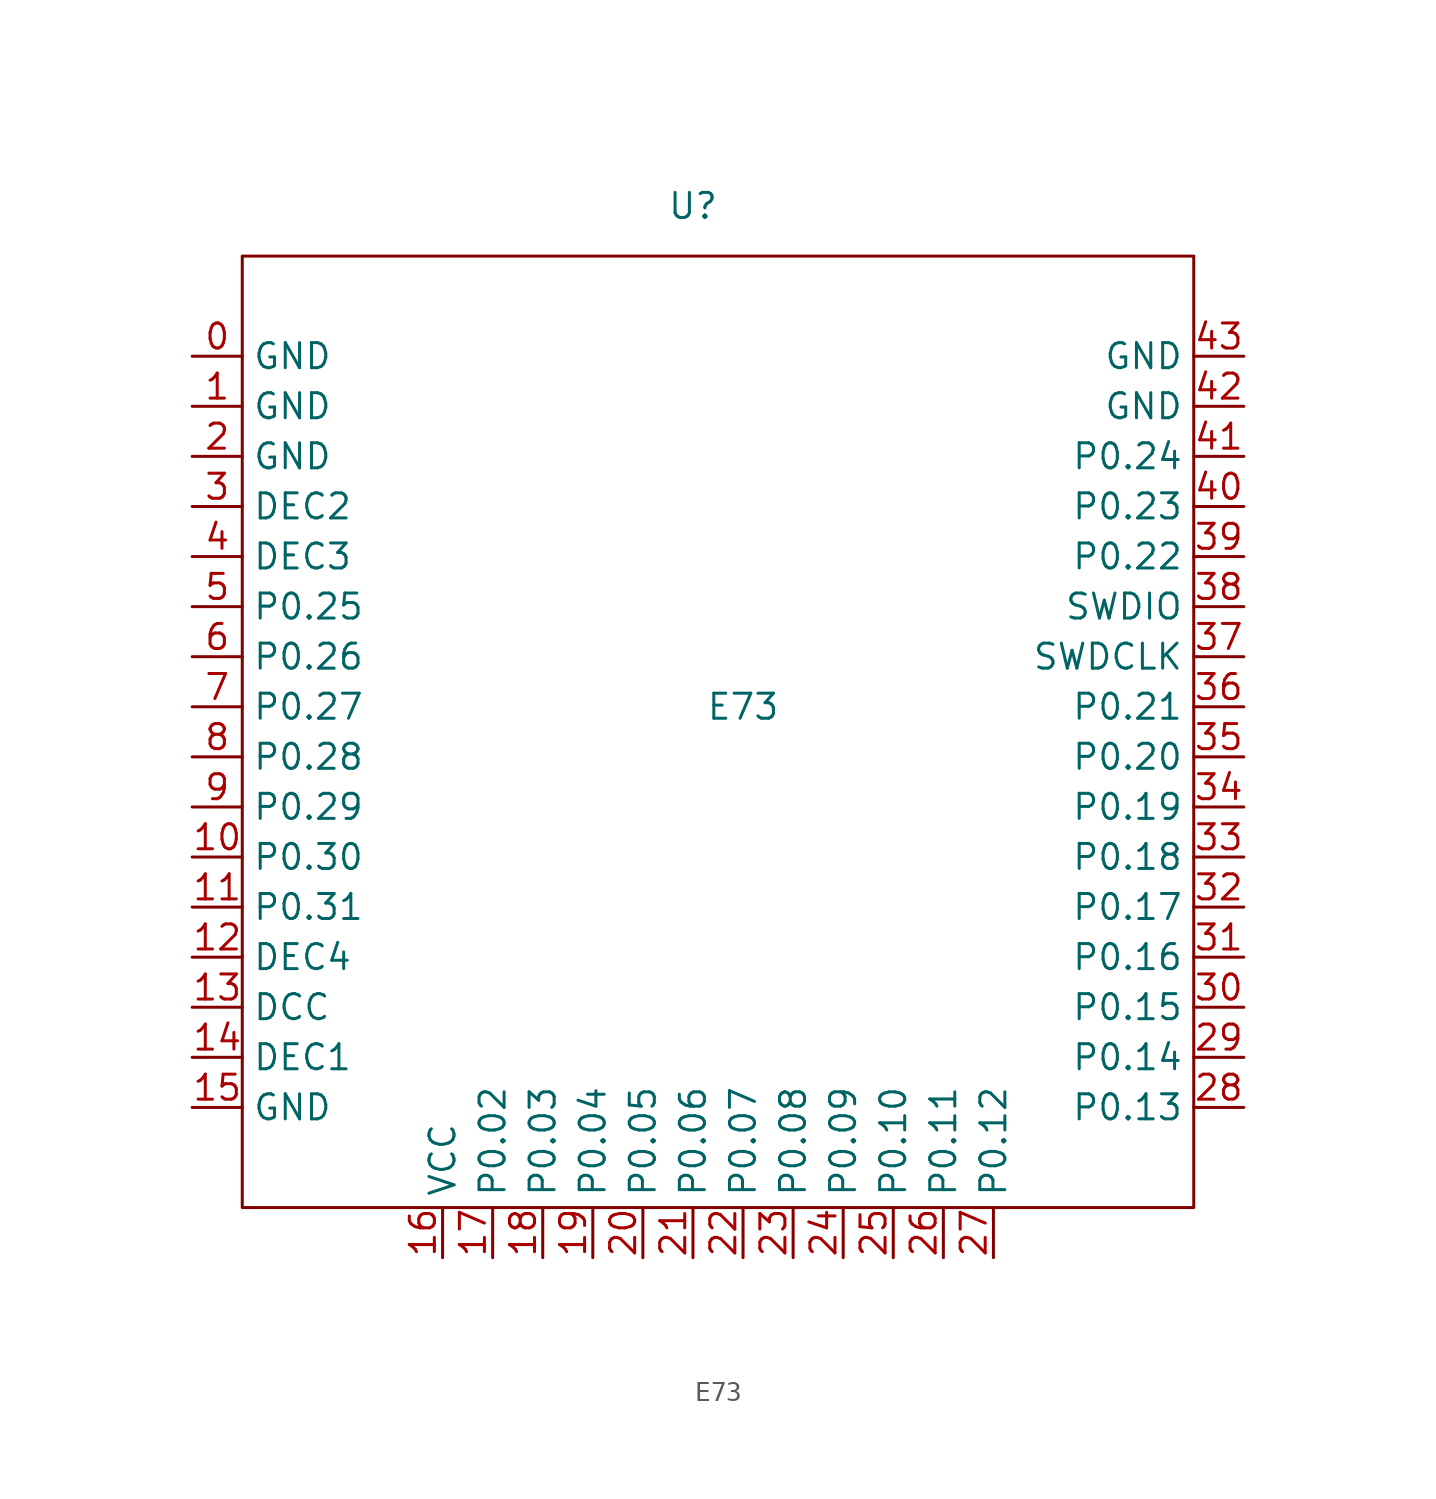
<source format=kicad_sym>
(kicad_symbol_lib
  (version 20211014)
  (generator kicad_symbol_editor)
  (symbol "E73"
    (property "Reference" "U"
      (at 30.48 0 0)
      (effects (font (size 1.27 1.27))))
    (property "Value" "E73"
      (at 33.02 -25.4 0)
      (effects (font (size 1.27 1.27))))
    (symbol "E73_0_1"
      (rectangle (start 7.62 -2.54) (end 55.88 -50.8) (stroke (width 0) (type default) (color 0 0 0 0)) (fill (type none))))
    (symbol "E73_1_1"
      (pin input line (at 5.08 -7.62 0) (length 2.54) (name "GND" (effects (font (size 1.27 1.27)))) (number "0" (effects (font (size 1.27 1.27)))))
      (pin input line (at 5.08 -10.16 0) (length 2.54) (name "GND" (effects (font (size 1.27 1.27)))) (number "1" (effects (font (size 1.27 1.27)))))
      (pin input line (at 5.08 -33.02 0) (length 2.54) (name "P0.30" (effects (font (size 1.27 1.27)))) (number "10" (effects (font (size 1.27 1.27)))))
      (pin input line (at 5.08 -35.56 0) (length 2.54) (name "P0.31" (effects (font (size 1.27 1.27)))) (number "11" (effects (font (size 1.27 1.27)))))
      (pin input line (at 5.08 -38.1 0) (length 2.54) (name "DEC4" (effects (font (size 1.27 1.27)))) (number "12" (effects (font (size 1.27 1.27)))))
      (pin input line (at 5.08 -40.64 0) (length 2.54) (name "DCC" (effects (font (size 1.27 1.27)))) (number "13" (effects (font (size 1.27 1.27)))))
      (pin input line (at 5.08 -43.18 0) (length 2.54) (name "DEC1" (effects (font (size 1.27 1.27)))) (number "14" (effects (font (size 1.27 1.27)))))
      (pin input line (at 5.08 -45.72 0) (length 2.54) (name "GND" (effects (font (size 1.27 1.27)))) (number "15" (effects (font (size 1.27 1.27)))))
      (pin input line (at 17.78 -53.34 90) (length 2.54) (name "VCC" (effects (font (size 1.27 1.27)))) (number "16" (effects (font (size 1.27 1.27)))))
      (pin input line (at 20.32 -53.34 90) (length 2.54) (name "P0.02" (effects (font (size 1.27 1.27)))) (number "17" (effects (font (size 1.27 1.27)))))
      (pin input line (at 22.86 -53.34 90) (length 2.54) (name "P0.03" (effects (font (size 1.27 1.27)))) (number "18" (effects (font (size 1.27 1.27)))))
      (pin input line (at 25.4 -53.34 90) (length 2.54) (name "P0.04" (effects (font (size 1.27 1.27)))) (number "19" (effects (font (size 1.27 1.27)))))
      (pin input line (at 5.08 -12.7 0) (length 2.54) (name "GND" (effects (font (size 1.27 1.27)))) (number "2" (effects (font (size 1.27 1.27)))))
      (pin input line (at 27.94 -53.34 90) (length 2.54) (name "P0.05" (effects (font (size 1.27 1.27)))) (number "20" (effects (font (size 1.27 1.27)))))
      (pin input line (at 30.48 -53.34 90) (length 2.54) (name "P0.06" (effects (font (size 1.27 1.27)))) (number "21" (effects (font (size 1.27 1.27)))))
      (pin input line (at 33.02 -53.34 90) (length 2.54) (name "P0.07" (effects (font (size 1.27 1.27)))) (number "22" (effects (font (size 1.27 1.27)))))
      (pin input line (at 35.56 -53.34 90) (length 2.54) (name "P0.08" (effects (font (size 1.27 1.27)))) (number "23" (effects (font (size 1.27 1.27)))))
      (pin input line (at 38.1 -53.34 90) (length 2.54) (name "P0.09" (effects (font (size 1.27 1.27)))) (number "24" (effects (font (size 1.27 1.27)))))
      (pin input line (at 40.64 -53.34 90) (length 2.54) (name "P0.10" (effects (font (size 1.27 1.27)))) (number "25" (effects (font (size 1.27 1.27)))))
      (pin input line (at 43.18 -53.34 90) (length 2.54) (name "P0.11" (effects (font (size 1.27 1.27)))) (number "26" (effects (font (size 1.27 1.27)))))
      (pin input line (at 45.72 -53.34 90) (length 2.54) (name "P0.12" (effects (font (size 1.27 1.27)))) (number "27" (effects (font (size 1.27 1.27)))))
      (pin input line (at 58.42 -45.72 180) (length 2.54) (name "P0.13" (effects (font (size 1.27 1.27)))) (number "28" (effects (font (size 1.27 1.27)))))
      (pin input line (at 58.42 -43.18 180) (length 2.54) (name "P0.14" (effects (font (size 1.27 1.27)))) (number "29" (effects (font (size 1.27 1.27)))))
      (pin input line (at 5.08 -15.24 0) (length 2.54) (name "DEC2" (effects (font (size 1.27 1.27)))) (number "3" (effects (font (size 1.27 1.27)))))
      (pin input line (at 58.42 -40.64 180) (length 2.54) (name "P0.15" (effects (font (size 1.27 1.27)))) (number "30" (effects (font (size 1.27 1.27)))))
      (pin input line (at 58.42 -38.1 180) (length 2.54) (name "P0.16" (effects (font (size 1.27 1.27)))) (number "31" (effects (font (size 1.27 1.27)))))
      (pin input line (at 58.42 -35.56 180) (length 2.54) (name "P0.17" (effects (font (size 1.27 1.27)))) (number "32" (effects (font (size 1.27 1.27)))))
      (pin input line (at 58.42 -33.02 180) (length 2.54) (name "P0.18" (effects (font (size 1.27 1.27)))) (number "33" (effects (font (size 1.27 1.27)))))
      (pin input line (at 58.42 -30.48 180) (length 2.54) (name "P0.19" (effects (font (size 1.27 1.27)))) (number "34" (effects (font (size 1.27 1.27)))))
      (pin input line (at 58.42 -27.94 180) (length 2.54) (name "P0.20" (effects (font (size 1.27 1.27)))) (number "35" (effects (font (size 1.27 1.27)))))
      (pin input line (at 58.42 -25.4 180) (length 2.54) (name "P0.21" (effects (font (size 1.27 1.27)))) (number "36" (effects (font (size 1.27 1.27)))))
      (pin input line (at 58.42 -22.86 180) (length 2.54) (name "SWDCLK" (effects (font (size 1.27 1.27)))) (number "37" (effects (font (size 1.27 1.27)))))
      (pin input line (at 58.42 -20.32 180) (length 2.54) (name "SWDIO" (effects (font (size 1.27 1.27)))) (number "38" (effects (font (size 1.27 1.27)))))
      (pin input line (at 58.42 -17.78 180) (length 2.54) (name "P0.22" (effects (font (size 1.27 1.27)))) (number "39" (effects (font (size 1.27 1.27)))))
      (pin input line (at 5.08 -17.78 0) (length 2.54) (name "DEC3" (effects (font (size 1.27 1.27)))) (number "4" (effects (font (size 1.27 1.27)))))
      (pin input line (at 58.42 -15.24 180) (length 2.54) (name "P0.23" (effects (font (size 1.27 1.27)))) (number "40" (effects (font (size 1.27 1.27)))))
      (pin input line (at 58.42 -12.7 180) (length 2.54) (name "P0.24" (effects (font (size 1.27 1.27)))) (number "41" (effects (font (size 1.27 1.27)))))
      (pin input line (at 58.42 -10.16 180) (length 2.54) (name "GND" (effects (font (size 1.27 1.27)))) (number "42" (effects (font (size 1.27 1.27)))))
      (pin input line (at 58.42 -7.62 180) (length 2.54) (name "GND" (effects (font (size 1.27 1.27)))) (number "43" (effects (font (size 1.27 1.27)))))
      (pin input line (at 5.08 -20.32 0) (length 2.54) (name "P0.25" (effects (font (size 1.27 1.27)))) (number "5" (effects (font (size 1.27 1.27)))))
      (pin input line (at 5.08 -22.86 0) (length 2.54) (name "P0.26" (effects (font (size 1.27 1.27)))) (number "6" (effects (font (size 1.27 1.27)))))
      (pin input line (at 5.08 -25.4 0) (length 2.54) (name "P0.27" (effects (font (size 1.27 1.27)))) (number "7" (effects (font (size 1.27 1.27)))))
      (pin input line (at 5.08 -27.94 0) (length 2.54) (name "P0.28" (effects (font (size 1.27 1.27)))) (number "8" (effects (font (size 1.27 1.27)))))
      (pin input line (at 5.08 -30.48 0) (length 2.54) (name "P0.29" (effects (font (size 1.27 1.27)))) (number "9" (effects (font (size 1.27 1.27))))))))
</source>
